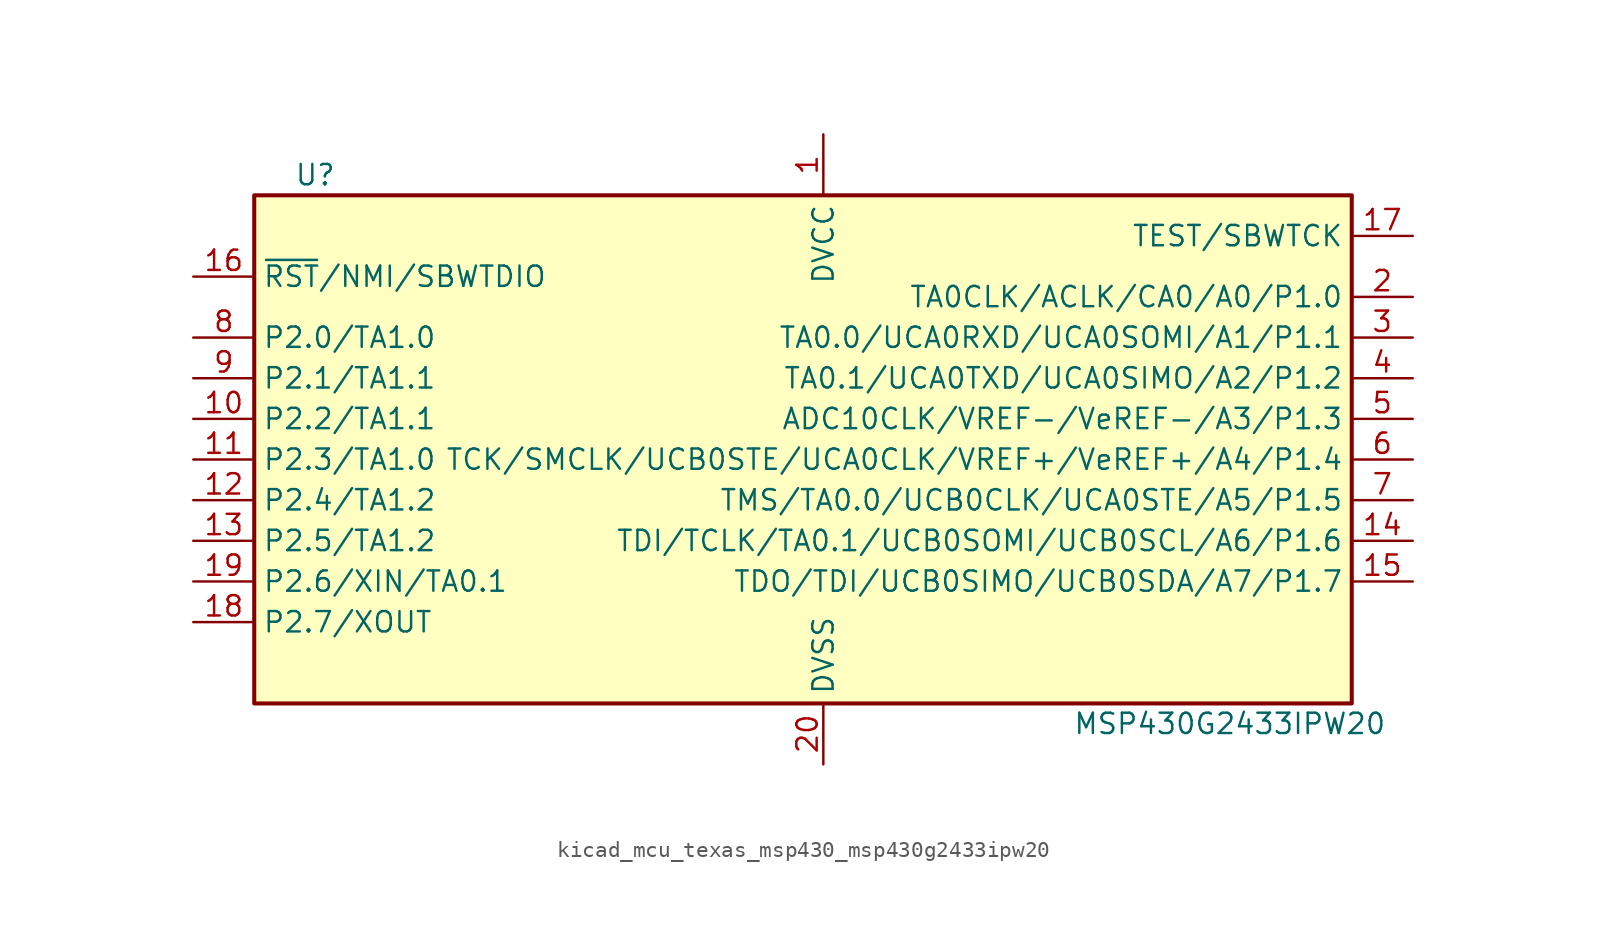
<source format=kicad_sym>
(kicad_symbol_lib
  (version 20220914)
  (generator kicad_symbol_editor)
  (symbol "kicad_mcu_texas_msp430_msp430g2433ipw20"
    (property "Reference" "U"
      (at -30.48 17.78 0)
      (effects (font (size 1.27 1.27))))
    (property "Value" "MSP430G2433IPW20"
      (at 26.67 -16.51 0)
      (effects (font (size 1.27 1.27))))
    (symbol "kicad_mcu_texas_msp430_msp430g2433ipw20_0_1"
      (rectangle (start -34.29 16.51) (end 34.29 -15.24) (stroke (width 0.254) (type default)) (fill (type background))))
    (symbol "kicad_mcu_texas_msp430_msp430g2433ipw20_1_1"
      (pin power_in line (at 1.27 20.32 270) (length 3.81) (name "DVCC" (effects (font (size 1.27 1.27)))) (number "1" (effects (font (size 1.27 1.27)))))
      (pin bidirectional line (at -38.1 2.54 0) (length 3.81) (name "P2.2/TA1.1" (effects (font (size 1.27 1.27)))) (number "10" (effects (font (size 1.27 1.27)))))
      (pin bidirectional line (at -38.1 0 0) (length 3.81) (name "P2.3/TA1.0" (effects (font (size 1.27 1.27)))) (number "11" (effects (font (size 1.27 1.27)))))
      (pin bidirectional line (at -38.1 -2.54 0) (length 3.81) (name "P2.4/TA1.2" (effects (font (size 1.27 1.27)))) (number "12" (effects (font (size 1.27 1.27)))))
      (pin bidirectional line (at -38.1 -5.08 0) (length 3.81) (name "P2.5/TA1.2" (effects (font (size 1.27 1.27)))) (number "13" (effects (font (size 1.27 1.27)))))
      (pin bidirectional line (at 38.1 -5.08 180) (length 3.81) (name "TDI/TCLK/TA0.1/UCB0SOMI/UCB0SCL/A6/P1.6" (effects (font (size 1.27 1.27)))) (number "14" (effects (font (size 1.27 1.27)))))
      (pin bidirectional line (at 38.1 -7.62 180) (length 3.81) (name "TDO/TDI/UCB0SIMO/UCB0SDA/A7/P1.7" (effects (font (size 1.27 1.27)))) (number "15" (effects (font (size 1.27 1.27)))))
      (pin input line (at -38.1 11.43 0) (length 3.81) (name "~{RST}/NMI/SBWTDIO" (effects (font (size 1.27 1.27)))) (number "16" (effects (font (size 1.27 1.27)))))
      (pin input line (at 38.1 13.97 180) (length 3.81) (name "TEST/SBWTCK" (effects (font (size 1.27 1.27)))) (number "17" (effects (font (size 1.27 1.27)))))
      (pin bidirectional line (at -38.1 -10.16 0) (length 3.81) (name "P2.7/XOUT" (effects (font (size 1.27 1.27)))) (number "18" (effects (font (size 1.27 1.27)))))
      (pin bidirectional line (at -38.1 -7.62 0) (length 3.81) (name "P2.6/XIN/TA0.1" (effects (font (size 1.27 1.27)))) (number "19" (effects (font (size 1.27 1.27)))))
      (pin bidirectional line (at 38.1 10.16 180) (length 3.81) (name "TA0CLK/ACLK/CA0/A0/P1.0" (effects (font (size 1.27 1.27)))) (number "2" (effects (font (size 1.27 1.27)))))
      (pin power_in line (at 1.27 -19.05 90) (length 3.81) (name "DVSS" (effects (font (size 1.27 1.27)))) (number "20" (effects (font (size 1.27 1.27)))))
      (pin bidirectional line (at 38.1 7.62 180) (length 3.81) (name "TA0.0/UCA0RXD/UCA0SOMI/A1/P1.1" (effects (font (size 1.27 1.27)))) (number "3" (effects (font (size 1.27 1.27)))))
      (pin bidirectional line (at 38.1 5.08 180) (length 3.81) (name "TA0.1/UCA0TXD/UCA0SIMO/A2/P1.2" (effects (font (size 1.27 1.27)))) (number "4" (effects (font (size 1.27 1.27)))))
      (pin bidirectional line (at 38.1 2.54 180) (length 3.81) (name "ADC10CLK/VREF-/VeREF-/A3/P1.3" (effects (font (size 1.27 1.27)))) (number "5" (effects (font (size 1.27 1.27)))))
      (pin bidirectional line (at 38.1 0 180) (length 3.81) (name "TCK/SMCLK/UCB0STE/UCA0CLK/VREF+/VeREF+/A4/P1.4" (effects (font (size 1.27 1.27)))) (number "6" (effects (font (size 1.27 1.27)))))
      (pin bidirectional line (at 38.1 -2.54 180) (length 3.81) (name "TMS/TA0.0/UCB0CLK/UCA0STE/A5/P1.5" (effects (font (size 1.27 1.27)))) (number "7" (effects (font (size 1.27 1.27)))))
      (pin bidirectional line (at -38.1 7.62 0) (length 3.81) (name "P2.0/TA1.0" (effects (font (size 1.27 1.27)))) (number "8" (effects (font (size 1.27 1.27)))))
      (pin bidirectional line (at -38.1 5.08 0) (length 3.81) (name "P2.1/TA1.1" (effects (font (size 1.27 1.27)))) (number "9" (effects (font (size 1.27 1.27))))))))
</source>
